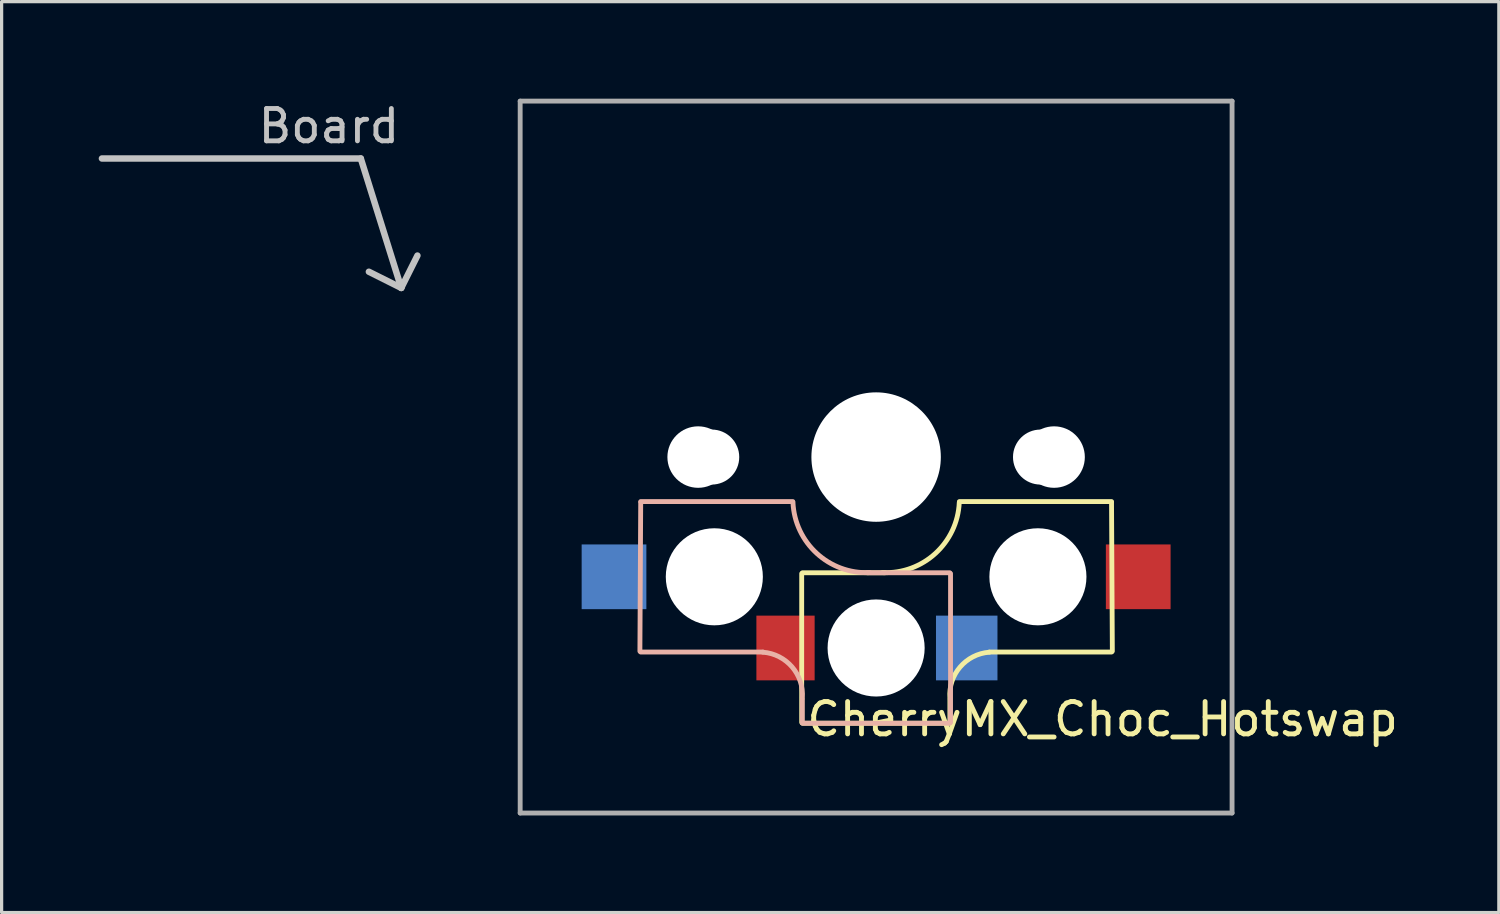
<source format=kicad_pcb>
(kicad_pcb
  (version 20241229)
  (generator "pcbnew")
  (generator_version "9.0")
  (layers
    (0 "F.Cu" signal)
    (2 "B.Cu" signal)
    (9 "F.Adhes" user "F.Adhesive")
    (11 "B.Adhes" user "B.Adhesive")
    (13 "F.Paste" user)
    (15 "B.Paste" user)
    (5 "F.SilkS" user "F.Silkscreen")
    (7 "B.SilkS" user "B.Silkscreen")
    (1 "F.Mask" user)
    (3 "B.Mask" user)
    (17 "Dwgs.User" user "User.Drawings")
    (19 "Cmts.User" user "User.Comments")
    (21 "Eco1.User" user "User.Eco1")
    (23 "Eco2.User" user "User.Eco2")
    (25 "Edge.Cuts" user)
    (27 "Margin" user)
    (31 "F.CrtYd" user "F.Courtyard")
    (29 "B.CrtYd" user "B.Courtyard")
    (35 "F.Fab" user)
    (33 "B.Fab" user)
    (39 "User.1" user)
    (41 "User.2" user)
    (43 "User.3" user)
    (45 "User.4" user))
  (footprint "Board"
    (layer "F.Cu")
    (at 9.35 5.848)
    (property "Reference" "Board" (at -4.5 -5 0) (layer "Dwgs.User") (effects (font (size 1 1) (thickness 0.15)) (justify left)))
    (attr through_hole)
    (fp_line (start -1.25 -4) (end -9.25 -4) (stroke (width 0.2) (type solid)) (layer "Dwgs.User"))
    (fp_line (start 0 0) (end -1.25 -4) (stroke (width 0.2) (type solid)) (layer "Dwgs.User"))
    (fp_line (start 0 0) (end -1 -0.5) (stroke (width 0.2) (type solid)) (layer "Dwgs.User"))
    (fp_line (start 0 0) (end 0.5 -1) (stroke (width 0.2) (type solid)) (layer "Dwgs.User")))
  (footprint "CherryMX_Choc_Hotswap"
    (layer "F.Cu")
    (at 24.025 11.075)
    (property "Reference" "CherryMX_Choc_Hotswap" (at 7 8.1 0) (layer "F.SilkS") (effects (font (size 1 1) (thickness 0.15))))
    (attr through_hole)
    (fp_line (start -2.3 3.6) (end -2.3 8.2) (stroke (width 0.15) (type solid)) (layer "F.SilkS"))
    (fp_line (start -2.275 3.575) (end 0.275 3.575) (stroke (width 0.15) (type solid)) (layer "F.SilkS"))
    (fp_line (start -2.275 8.225) (end 2.275 8.225) (stroke (width 0.15) (type solid)) (layer "F.SilkS"))
    (fp_line (start 2.28 7.5) (end 2.28 8.2) (stroke (width 0.15) (type solid)) (layer "F.SilkS"))
    (fp_line (start 2.575 1.375) (end 7.275 1.375) (stroke (width 0.15) (type solid)) (layer "F.SilkS"))
    (fp_line (start 3.5 6.025) (end 7.275 6.025) (stroke (width 0.15) (type solid)) (layer "F.SilkS"))
    (fp_line (start 7.275 1.4) (end 7.3 6) (stroke (width 0.15) (type solid)) (layer "F.SilkS"))
    (fp_arc (start 2.28 7.45) (mid 2.595908 6.48733) (end 3.5 6.03) (stroke (width 0.15) (type solid)) (layer "F.SilkS"))
    (fp_arc (start 2.57 1.4) (mid 1.834422 2.975843) (end 0.2 3.57) (stroke (width 0.15) (type solid)) (layer "F.SilkS"))
    (fp_line (start -7.275 1.4) (end -7.3 6) (stroke (width 0.15) (type solid)) (layer "B.SilkS"))
    (fp_line (start -3.5 6.025) (end -7.275 6.025) (stroke (width 0.15) (type solid)) (layer "B.SilkS"))
    (fp_line (start -2.575 1.375) (end -7.275 1.375) (stroke (width 0.15) (type solid)) (layer "B.SilkS"))
    (fp_line (start -2.28 7.5) (end -2.28 8.2) (stroke (width 0.15) (type solid)) (layer "B.SilkS"))
    (fp_line (start 2.275 3.575) (end -0.275 3.575) (stroke (width 0.15) (type solid)) (layer "B.SilkS"))
    (fp_line (start 2.275 8.225) (end -2.275 8.225) (stroke (width 0.15) (type solid)) (layer "B.SilkS"))
    (fp_line (start 2.3 3.6) (end 2.3 8.2) (stroke (width 0.15) (type solid)) (layer "B.SilkS"))
    (fp_arc (start -3.5 6.03) (mid -2.595908 6.48733) (end -2.28 7.45) (stroke (width 0.15) (type solid)) (layer "B.SilkS"))
    (fp_arc (start -0.2 3.57) (mid -1.834422 2.975843) (end -2.57 1.4) (stroke (width 0.15) (type solid)) (layer "B.SilkS"))
    (fp_line (start -9 -9) (end 9 -9) (stroke (width 0.15) (type solid)) (layer "Eco2.User"))
    (fp_line (start -9 9) (end -9 -9) (stroke (width 0.15) (type solid)) (layer "Eco2.User"))
    (fp_line (start -7 -7) (end 7 -7) (stroke (width 0.15) (type solid)) (layer "Eco2.User"))
    (fp_line (start -7 7) (end -7 -7) (stroke (width 0.15) (type solid)) (layer "Eco2.User"))
    (fp_line (start 7 -7) (end 7 7) (stroke (width 0.15) (type solid)) (layer "Eco2.User"))
    (fp_line (start 7 7) (end -7 7) (stroke (width 0.15) (type solid)) (layer "Eco2.User"))
    (fp_line (start 9 -9) (end 9 9) (stroke (width 0.15) (type solid)) (layer "Eco2.User"))
    (fp_line (start 9 9) (end -9 9) (stroke (width 0.15) (type solid)) (layer "Eco2.User"))
    (fp_line (start -11 -11) (end -11 11) (stroke (width 0.15) (type solid)) (layer "F.Fab"))
    (fp_line (start -11 11) (end 11 11) (stroke (width 0.15) (type solid)) (layer "F.Fab"))
    (fp_line (start 11 -11) (end -11 -11) (stroke (width 0.15) (type solid)) (layer "F.Fab"))
    (fp_line (start 11 11) (end 11 -11) (stroke (width 0.15) (type solid)) (layer "F.Fab"))
    (pad "" np_thru_hole circle (at -5.5 0 90) (size 1.9 1.9) (drill 1.9) (layers "*.Cu" "*.Mask"))
    (pad "" np_thru_hole circle (at -5.08 0) (size 1.7 1.7) (drill 1.7) (layers "*.Cu" "*.Mask"))
    (pad "" np_thru_hole circle (at -5 3.7 90) (size 3 3) (drill 3) (layers "*.Cu" "*.Mask"))
    (pad "" np_thru_hole circle (at 0 0 90) (size 4 4) (drill 4) (layers "*.Cu" "*.Mask"))
    (pad "" np_thru_hole circle (at 0 5.9 90) (size 3 3) (drill 3) (layers "*.Cu" "*.Mask"))
    (pad "" np_thru_hole circle (at 5 3.7 270) (size 3 3) (drill 3) (layers "*.Cu" "*.Mask"))
    (pad "" np_thru_hole circle (at 5.08 0) (size 1.7 1.7) (drill 1.7) (layers "*.Cu" "*.Mask"))
    (pad "" np_thru_hole circle (at 5.5 0 90) (size 1.9 1.9) (drill 1.9) (layers "*.Cu" "*.Mask"))
    (pad "1" smd rect (at -8.1 3.7 180) (size 2 2) (layers "B.Cu" "B.Mask" "B.Paste"))
    (pad "1" smd rect (at 8.1 3.7 180) (size 2 2) (layers "F.Cu" "F.Mask" "F.Paste"))
    (pad "2" smd rect (at -2.8 5.9 180) (size 1.8 2) (layers "F.Cu" "F.Mask" "F.Paste"))
    (pad "2" smd rect (at 2.8 5.9 180) (size 1.9 2) (layers "B.Cu" "B.Mask" "B.Paste")))
  (gr_rect
    (start -3 -3)
    (end 43.269 25.15)
    (stroke (width 0.1) (type default))
    (fill no)
    (layer "Edge.Cuts")))
</source>
